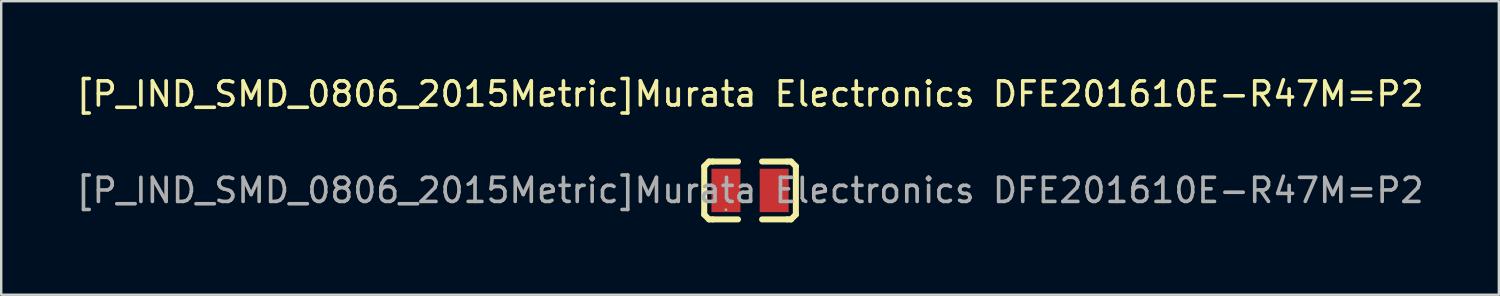
<source format=kicad_pcb>
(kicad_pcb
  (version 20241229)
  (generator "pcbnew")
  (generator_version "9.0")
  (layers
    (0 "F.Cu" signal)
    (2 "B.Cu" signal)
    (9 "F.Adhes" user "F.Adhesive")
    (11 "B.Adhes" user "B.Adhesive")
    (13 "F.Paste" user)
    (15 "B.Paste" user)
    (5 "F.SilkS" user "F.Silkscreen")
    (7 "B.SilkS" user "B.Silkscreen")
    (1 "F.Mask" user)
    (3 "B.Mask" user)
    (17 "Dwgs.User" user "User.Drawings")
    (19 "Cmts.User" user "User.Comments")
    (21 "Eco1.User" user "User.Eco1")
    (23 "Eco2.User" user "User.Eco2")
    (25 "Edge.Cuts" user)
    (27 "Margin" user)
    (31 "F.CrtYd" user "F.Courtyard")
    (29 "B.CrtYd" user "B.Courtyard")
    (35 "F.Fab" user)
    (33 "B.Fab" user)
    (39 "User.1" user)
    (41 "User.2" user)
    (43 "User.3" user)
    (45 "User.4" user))
  (footprint "[P_IND_SMD_0806_2015Metric]Murata Electronics DFE201610E-R47M=P2"
    (layer "F.Cu")
    (at 28.054 4.848)
    (property "Reference" "[P_IND_SMD_0806_2015Metric]Murata Electronics DFE201610E-R47M=P2" (at 0 -4 0) (layer "F.SilkS") (effects (font (size 1 1) (thickness 0.15))))
    (attr smd)
    (fp_line (start -1.9 -1) (end -1.9 1) (stroke (width 0.25) (type solid)) (layer "F.SilkS"))
    (fp_line (start -1.7 -1.2) (end -1.9 -1) (stroke (width 0.25) (type solid)) (layer "F.SilkS"))
    (fp_line (start -1.7 1.2) (end -1.9 1) (stroke (width 0.25) (type solid)) (layer "F.SilkS"))
    (fp_line (start -1.55 -1.2) (end -1.7 -1.2) (stroke (width 0.25) (type solid)) (layer "F.SilkS"))
    (fp_line (start -1.55 1.2) (end -1.7 1.2) (stroke (width 0.25) (type solid)) (layer "F.SilkS"))
    (fp_line (start -0.5 -1.2) (end -1.55 -1.2) (stroke (width 0.25) (type solid)) (layer "F.SilkS"))
    (fp_line (start -0.5 1.2) (end -1.55 1.2) (stroke (width 0.25) (type solid)) (layer "F.SilkS"))
    (fp_line (start 0.5 -1.2) (end 1.55 -1.2) (stroke (width 0.25) (type solid)) (layer "F.SilkS"))
    (fp_line (start 0.5 1.2) (end 1.55 1.2) (stroke (width 0.25) (type solid)) (layer "F.SilkS"))
    (fp_line (start 1.55 -1.2) (end 1.7 -1.2) (stroke (width 0.25) (type solid)) (layer "F.SilkS"))
    (fp_line (start 1.55 1.2) (end 1.7 1.2) (stroke (width 0.25) (type solid)) (layer "F.SilkS"))
    (fp_line (start 1.7 -1.2) (end 1.9 -1) (stroke (width 0.25) (type solid)) (layer "F.SilkS"))
    (fp_line (start 1.7 1.2) (end 1.9 1) (stroke (width 0.25) (type solid)) (layer "F.SilkS"))
    (fp_line (start 1.9 -1) (end 1.9 1) (stroke (width 0.25) (type solid)) (layer "F.SilkS"))
    (fp_circle (center -1 0.8) (end -0.97 0.8) (stroke (width 0.06) (type solid)) (fill no) (layer "F.Fab"))
    (fp_text user "${REFERENCE}" (at 0 0 0) (layer "F.Fab") (effects (font (size 1 1) (thickness 0.15))))
    (pad "1" smd rect (at -1 0) (size 1.2 1.8) (layers "F.Cu" "F.Mask" "F.Paste"))
    (pad "2" smd rect (at 1 0) (size 1.2 1.8) (layers "F.Cu" "F.Mask" "F.Paste")))
  (gr_rect
    (start -3 -3)
    (end 59.107 9.173)
    (stroke (width 0.1) (type default))
    (fill no)
    (layer "Edge.Cuts")))
</source>
